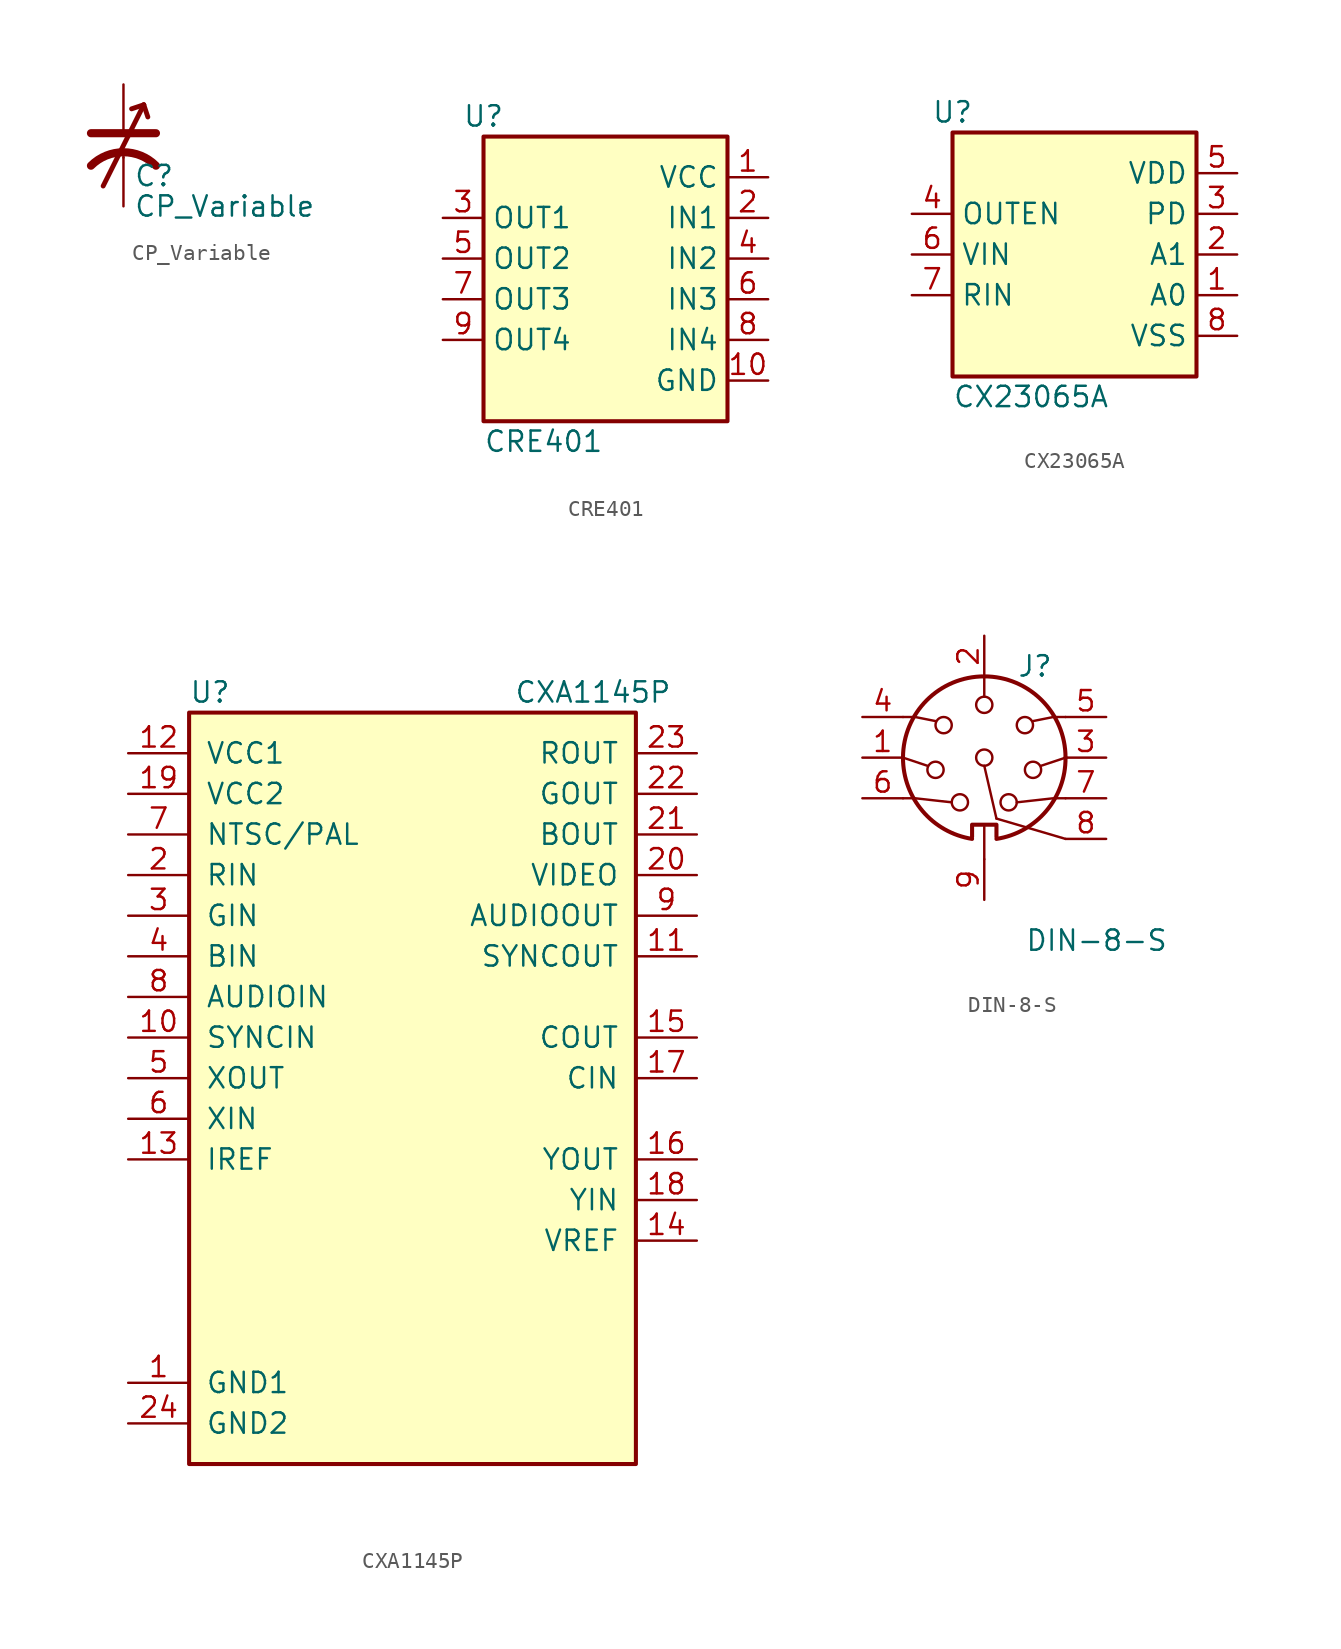
<source format=kicad_sym>
(kicad_symbol_lib
  (version 20211014)
  (generator kicad_symbol_editor)
  (symbol "CP_Variable"
    (pin_numbers hide)
    (pin_names
      (offset 0.254) hide)
    (property "Reference" "C"
      (at 0.635 -1.905 0)
      (effects (font (size 1.27 1.27)) (justify left)))
    (property "Value" "CP_Variable"
      (at 0.635 -3.81 0)
      (effects (font (size 1.27 1.27)) (justify left)))
    (symbol "CP_Variable_0_1"
      (polyline (pts (xy -2.032 0.762) (xy 2.032 0.762)) (stroke (width 0.508) (type default) (color 0 0 0 0)) (fill (type none)))
      (polyline (pts (xy 0 -0.762) (xy 0 -0.508)) (stroke (width 0) (type default) (color 0 0 0 0)) (fill (type none)))
      (polyline (pts (xy 1.27 2.54) (xy -1.27 -2.54)) (stroke (width 0.305) (type default) (color 0 0 0 0)) (fill (type none)))
      (polyline (pts (xy 1.27 2.54) (xy 0.508 2.286)) (stroke (width 0.305) (type default) (color 0 0 0 0)) (fill (type none)))
      (polyline (pts (xy 1.27 2.54) (xy 1.524 1.778)) (stroke (width 0.305) (type default) (color 0 0 0 0)) (fill (type none)))
      (arc (start 2.032 -1.27) (mid 0 -0.4283) (end -2.032 -1.27) (stroke (width 0.508) (type default) (color 0 0 0 0)) (fill (type none))))
    (symbol "CP_Variable_1_1"
      (pin passive line (at 0 3.81 270) (length 3.048) (name "~" (effects (font (size 1.27 1.27)))) (number "1" (effects (font (size 1.27 1.27)))))
      (pin passive line (at 0 -3.81 90) (length 3.048) (name "~" (effects (font (size 1.27 1.27)))) (number "2" (effects (font (size 1.27 1.27)))))))
  (symbol "CRE401"
    (property "Reference" "U"
      (at -7.62 26.67 0)
      (effects (font (size 1.27 1.27))))
    (property "Value" "CRE401"
      (at -7.62 6.35 0)
      (effects (font (size 1.27 1.27)) (justify left)))
    (symbol "CRE401_1_1"
      (rectangle (start -7.62 25.4) (end 7.62 7.62) (stroke (width 0.254) (type default) (color 0 0 0 0)) (fill (type background)))
      (pin power_in line (at 10.16 22.86 180) (length 2.54) (name "VCC" (effects (font (size 1.27 1.27)))) (number "1" (effects (font (size 1.27 1.27)))))
      (pin power_in line (at 10.16 10.16 180) (length 2.54) (name "GND" (effects (font (size 1.27 1.27)))) (number "10" (effects (font (size 1.27 1.27)))))
      (pin input line (at 10.16 20.32 180) (length 2.54) (name "IN1" (effects (font (size 1.27 1.27)))) (number "2" (effects (font (size 1.27 1.27)))))
      (pin output line (at -10.16 20.32 0) (length 2.54) (name "OUT1" (effects (font (size 1.27 1.27)))) (number "3" (effects (font (size 1.27 1.27)))))
      (pin input line (at 10.16 17.78 180) (length 2.54) (name "IN2" (effects (font (size 1.27 1.27)))) (number "4" (effects (font (size 1.27 1.27)))))
      (pin output line (at -10.16 17.78 0) (length 2.54) (name "OUT2" (effects (font (size 1.27 1.27)))) (number "5" (effects (font (size 1.27 1.27)))))
      (pin input line (at 10.16 15.24 180) (length 2.54) (name "IN3" (effects (font (size 1.27 1.27)))) (number "6" (effects (font (size 1.27 1.27)))))
      (pin output line (at -10.16 15.24 0) (length 2.54) (name "OUT3" (effects (font (size 1.27 1.27)))) (number "7" (effects (font (size 1.27 1.27)))))
      (pin input line (at 10.16 12.7 180) (length 2.54) (name "IN4" (effects (font (size 1.27 1.27)))) (number "8" (effects (font (size 1.27 1.27)))))
      (pin output line (at -10.16 12.7 0) (length 2.54) (name "OUT4" (effects (font (size 1.27 1.27)))) (number "9" (effects (font (size 1.27 1.27)))))))
  (symbol "CX23065A"
    (property "Reference" "U"
      (at -7.62 26.67 0)
      (effects (font (size 1.27 1.27))))
    (property "Value" "CX23065A"
      (at -7.62 8.89 0)
      (effects (font (size 1.27 1.27)) (justify left)))
    (symbol "CX23065A_1_1"
      (rectangle (start -7.62 25.4) (end 7.62 10.16) (stroke (width 0.254) (type default) (color 0 0 0 0)) (fill (type background)))
      (pin passive line (at 10.16 15.24 180) (length 2.54) (name "A0" (effects (font (size 1.27 1.27)))) (number "1" (effects (font (size 1.27 1.27)))))
      (pin passive line (at 10.16 17.78 180) (length 2.54) (name "A1" (effects (font (size 1.27 1.27)))) (number "2" (effects (font (size 1.27 1.27)))))
      (pin passive line (at 10.16 20.32 180) (length 2.54) (name "PD" (effects (font (size 1.27 1.27)))) (number "3" (effects (font (size 1.27 1.27)))))
      (pin input line (at -10.16 20.32 0) (length 2.54) (name "OUTEN" (effects (font (size 1.27 1.27)))) (number "4" (effects (font (size 1.27 1.27)))))
      (pin power_in line (at 10.16 22.86 180) (length 2.54) (name "VDD" (effects (font (size 1.27 1.27)))) (number "5" (effects (font (size 1.27 1.27)))))
      (pin input line (at -10.16 17.78 0) (length 2.54) (name "VIN" (effects (font (size 1.27 1.27)))) (number "6" (effects (font (size 1.27 1.27)))))
      (pin input line (at -10.16 15.24 0) (length 2.54) (name "RIN" (effects (font (size 1.27 1.27)))) (number "7" (effects (font (size 1.27 1.27)))))
      (pin power_in line (at 10.16 12.7 180) (length 2.54) (name "VSS" (effects (font (size 1.27 1.27)))) (number "8" (effects (font (size 1.27 1.27)))))))
  (symbol "CXA1145P"
    (pin_names
      (offset 1.016))
    (property "Reference" "U"
      (at -13.97 35.56 0)
      (effects (font (size 1.27 1.27)) (justify left)))
    (property "Value" "CXA1145P"
      (at 6.35 35.56 0)
      (effects (font (size 1.27 1.27)) (justify left)))
    (symbol "CXA1145P_0_1"
      (rectangle (start -13.97 34.29) (end 13.97 -12.7) (stroke (width 0.254) (type default) (color 0 0 0 0)) (fill (type background))))
    (symbol "CXA1145P_1_1"
      (pin power_in line (at -17.78 -7.62 0) (length 3.81) (name "GND1" (effects (font (size 1.27 1.27)))) (number "1" (effects (font (size 1.27 1.27)))))
      (pin input line (at -17.78 13.97 0) (length 3.81) (name "SYNCIN" (effects (font (size 1.27 1.27)))) (number "10" (effects (font (size 1.27 1.27)))))
      (pin output line (at 17.78 19.05 180) (length 3.81) (name "SYNCOUT" (effects (font (size 1.27 1.27)))) (number "11" (effects (font (size 1.27 1.27)))))
      (pin power_in line (at -17.78 31.75 0) (length 3.81) (name "VCC1" (effects (font (size 1.27 1.27)))) (number "12" (effects (font (size 1.27 1.27)))))
      (pin input line (at -17.78 6.35 0) (length 3.81) (name "IREF" (effects (font (size 1.27 1.27)))) (number "13" (effects (font (size 1.27 1.27)))))
      (pin input line (at 17.78 1.27 180) (length 3.81) (name "VREF" (effects (font (size 1.27 1.27)))) (number "14" (effects (font (size 1.27 1.27)))))
      (pin output line (at 17.78 13.97 180) (length 3.81) (name "COUT" (effects (font (size 1.27 1.27)))) (number "15" (effects (font (size 1.27 1.27)))))
      (pin output line (at 17.78 6.35 180) (length 3.81) (name "YOUT" (effects (font (size 1.27 1.27)))) (number "16" (effects (font (size 1.27 1.27)))))
      (pin input line (at 17.78 11.43 180) (length 3.81) (name "CIN" (effects (font (size 1.27 1.27)))) (number "17" (effects (font (size 1.27 1.27)))))
      (pin input line (at 17.78 3.81 180) (length 3.81) (name "YIN" (effects (font (size 1.27 1.27)))) (number "18" (effects (font (size 1.27 1.27)))))
      (pin power_in line (at -17.78 29.21 0) (length 3.81) (name "VCC2" (effects (font (size 1.27 1.27)))) (number "19" (effects (font (size 1.27 1.27)))))
      (pin input line (at -17.78 24.13 0) (length 3.81) (name "RIN" (effects (font (size 1.27 1.27)))) (number "2" (effects (font (size 1.27 1.27)))))
      (pin output line (at 17.78 24.13 180) (length 3.81) (name "VIDEO" (effects (font (size 1.27 1.27)))) (number "20" (effects (font (size 1.27 1.27)))))
      (pin output line (at 17.78 26.67 180) (length 3.81) (name "BOUT" (effects (font (size 1.27 1.27)))) (number "21" (effects (font (size 1.27 1.27)))))
      (pin output line (at 17.78 29.21 180) (length 3.81) (name "GOUT" (effects (font (size 1.27 1.27)))) (number "22" (effects (font (size 1.27 1.27)))))
      (pin output line (at 17.78 31.75 180) (length 3.81) (name "ROUT" (effects (font (size 1.27 1.27)))) (number "23" (effects (font (size 1.27 1.27)))))
      (pin power_in line (at -17.78 -10.16 0) (length 3.81) (name "GND2" (effects (font (size 1.27 1.27)))) (number "24" (effects (font (size 1.27 1.27)))))
      (pin input line (at -17.78 21.59 0) (length 3.81) (name "GIN" (effects (font (size 1.27 1.27)))) (number "3" (effects (font (size 1.27 1.27)))))
      (pin input line (at -17.78 19.05 0) (length 3.81) (name "BIN" (effects (font (size 1.27 1.27)))) (number "4" (effects (font (size 1.27 1.27)))))
      (pin output line (at -17.78 11.43 0) (length 3.81) (name "XOUT" (effects (font (size 1.27 1.27)))) (number "5" (effects (font (size 1.27 1.27)))))
      (pin input line (at -17.78 8.89 0) (length 3.81) (name "XIN" (effects (font (size 1.27 1.27)))) (number "6" (effects (font (size 1.27 1.27)))))
      (pin input line (at -17.78 26.67 0) (length 3.81) (name "NTSC/PAL" (effects (font (size 1.27 1.27)))) (number "7" (effects (font (size 1.27 1.27)))))
      (pin input line (at -17.78 16.51 0) (length 3.81) (name "AUDIOIN" (effects (font (size 1.27 1.27)))) (number "8" (effects (font (size 1.27 1.27)))))
      (pin output line (at 17.78 21.59 180) (length 3.81) (name "AUDIOOUT" (effects (font (size 1.27 1.27)))) (number "9" (effects (font (size 1.27 1.27)))))))
  (symbol "DIN-8-S"
    (pin_names
      (offset 1.016))
    (property "Reference" "J"
      (at 3.175 5.715 0)
      (effects (font (size 1.27 1.27))))
    (property "Value" "DIN-8-S"
      (at 2.54 -11.43 0)
      (effects (font (size 1.27 1.27)) (justify left)))
    (symbol "DIN-8-S_0_1"
      (arc (start -5.08 0) (mid -3.8609 -3.3364) (end -0.762 -5.08) (stroke (width 0.254) (type default) (color 0 0 0 0)) (fill (type none)))
      (circle (center -3.048 -0.762) (radius 0.508) (stroke (width 0) (type default) (color 0 0 0 0)) (fill (type none)))
      (circle (center -2.54 2.032) (radius 0.508) (stroke (width 0) (type default) (color 0 0 0 0)) (fill (type none)))
      (circle (center -1.524 -2.794) (radius 0.508) (stroke (width 0) (type default) (color 0 0 0 0)) (fill (type none)))
      (polyline (pts (xy -5.08 0) (xy -3.556 -0.508)) (stroke (width 0) (type default) (color 0 0 0 0)) (fill (type none)))
      (polyline (pts (xy 0 -4.318) (xy 0 -6.35)) (stroke (width 0) (type default) (color 0 0 0 0)) (fill (type none)))
      (polyline (pts (xy 0 -0.508) (xy 0.762 -3.81)) (stroke (width 0) (type default) (color 0 0 0 0)) (fill (type none)))
      (polyline (pts (xy 0 5.08) (xy 0 3.81)) (stroke (width 0) (type default) (color 0 0 0 0)) (fill (type none)))
      (polyline (pts (xy 0.762 -3.81) (xy 5.08 -5.08)) (stroke (width 0) (type default) (color 0 0 0 0)) (fill (type none)))
      (polyline (pts (xy 5.08 0) (xy 3.556 -0.508)) (stroke (width 0) (type default) (color 0 0 0 0)) (fill (type none)))
      (polyline (pts (xy -5.08 -2.54) (xy -4.318 -2.54) (xy -2.032 -2.794)) (stroke (width 0) (type default) (color 0 0 0 0)) (fill (type none)))
      (polyline (pts (xy -5.08 2.54) (xy -4.318 2.54) (xy -3.048 2.286)) (stroke (width 0) (type default) (color 0 0 0 0)) (fill (type none)))
      (polyline (pts (xy 5.08 -2.54) (xy 4.318 -2.54) (xy 2.032 -2.794)) (stroke (width 0) (type default) (color 0 0 0 0)) (fill (type none)))
      (polyline (pts (xy 5.08 2.54) (xy 4.318 2.54) (xy 3.048 2.286)) (stroke (width 0) (type default) (color 0 0 0 0)) (fill (type none)))
      (polyline (pts (xy -0.762 -4.953) (xy -0.762 -4.191) (xy 0.762 -4.191) (xy 0.762 -4.953)) (stroke (width 0.254) (type default) (color 0 0 0 0)) (fill (type none)))
      (circle (center 0 0) (radius 0.508) (stroke (width 0) (type default) (color 0 0 0 0)) (fill (type none)))
      (circle (center 0 3.302) (radius 0.508) (stroke (width 0) (type default) (color 0 0 0 0)) (fill (type none)))
      (arc (start 0.762 -5.08) (mid 3.8685 -3.343) (end 5.08 0) (stroke (width 0.254) (type default) (color 0 0 0 0)) (fill (type none)))
      (circle (center 1.524 -2.794) (radius 0.508) (stroke (width 0) (type default) (color 0 0 0 0)) (fill (type none)))
      (circle (center 2.54 2.032) (radius 0.508) (stroke (width 0) (type default) (color 0 0 0 0)) (fill (type none)))
      (circle (center 3.048 -0.762) (radius 0.508) (stroke (width 0) (type default) (color 0 0 0 0)) (fill (type none)))
      (arc (start 5.08 0) (mid 0 5.08) (end -5.08 0) (stroke (width 0.254) (type default) (color 0 0 0 0)) (fill (type none))))
    (symbol "DIN-8-S_1_1"
      (pin passive line (at -7.62 0 0) (length 2.54) (name "~" (effects (font (size 1.27 1.27)))) (number "1" (effects (font (size 1.27 1.27)))))
      (pin passive line (at 0 7.62 270) (length 2.54) (name "~" (effects (font (size 1.27 1.27)))) (number "2" (effects (font (size 1.27 1.27)))))
      (pin passive line (at 7.62 0 180) (length 2.54) (name "~" (effects (font (size 1.27 1.27)))) (number "3" (effects (font (size 1.27 1.27)))))
      (pin passive line (at -7.62 2.54 0) (length 2.54) (name "~" (effects (font (size 1.27 1.27)))) (number "4" (effects (font (size 1.27 1.27)))))
      (pin passive line (at 7.62 2.54 180) (length 2.54) (name "~" (effects (font (size 1.27 1.27)))) (number "5" (effects (font (size 1.27 1.27)))))
      (pin passive line (at -7.62 -2.54 0) (length 2.54) (name "~" (effects (font (size 1.27 1.27)))) (number "6" (effects (font (size 1.27 1.27)))))
      (pin passive line (at 7.62 -2.54 180) (length 2.54) (name "~" (effects (font (size 1.27 1.27)))) (number "7" (effects (font (size 1.27 1.27)))))
      (pin passive line (at 7.62 -5.08 180) (length 2.54) (name "~" (effects (font (size 1.27 1.27)))) (number "8" (effects (font (size 1.27 1.27)))))
      (pin passive line (at 0 -8.89 90) (length 2.54) (name "~" (effects (font (size 1.27 1.27)))) (number "9" (effects (font (size 1.27 1.27))))))))
</source>
